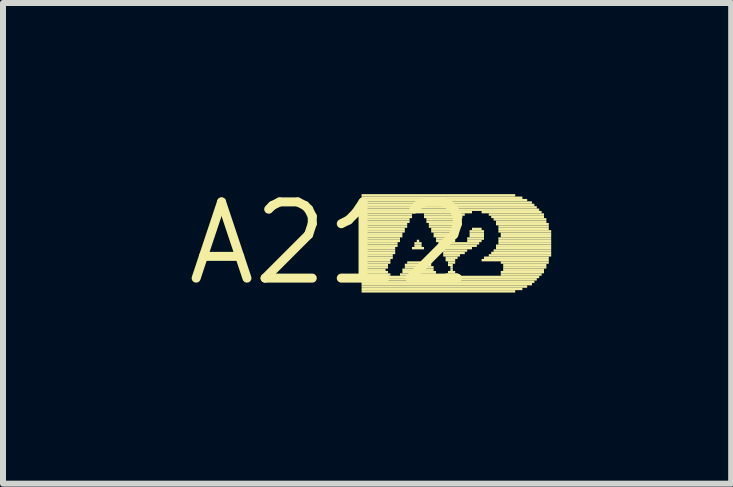
<source format=kicad_pcb>
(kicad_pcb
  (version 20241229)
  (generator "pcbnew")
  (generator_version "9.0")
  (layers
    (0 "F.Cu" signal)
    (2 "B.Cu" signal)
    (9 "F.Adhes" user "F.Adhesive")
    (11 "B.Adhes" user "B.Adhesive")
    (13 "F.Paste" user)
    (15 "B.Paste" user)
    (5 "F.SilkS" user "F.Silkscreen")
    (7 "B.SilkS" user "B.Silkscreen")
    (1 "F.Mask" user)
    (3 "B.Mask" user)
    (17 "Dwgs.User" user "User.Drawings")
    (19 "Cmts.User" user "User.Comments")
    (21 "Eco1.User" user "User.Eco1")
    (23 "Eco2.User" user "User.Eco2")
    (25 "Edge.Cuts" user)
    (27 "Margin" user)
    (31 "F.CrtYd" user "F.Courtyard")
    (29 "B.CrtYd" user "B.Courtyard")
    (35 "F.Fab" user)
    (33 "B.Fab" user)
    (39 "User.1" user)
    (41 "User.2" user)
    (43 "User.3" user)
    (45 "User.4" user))
  (footprint "A212"
    (layer "F.Cu")
    (at 2.457 1.006)
    (property "Reference" "A212" (at 0 0 0) (layer "F.SilkS") (effects (font (size 1.27 1.27) (thickness 0.15))))
    (fp_poly (pts (xy 0.52 -0.78) (xy 3.08 -0.78) (xy 3.08 -0.82) (xy 0.52 -0.82)) (stroke (width 0) (type default)) (fill yes) (layer "F.SilkS"))
    (fp_poly (pts (xy 0.52 -0.74) (xy 3.2 -0.74) (xy 3.2 -0.78) (xy 0.52 -0.78)) (stroke (width 0) (type default)) (fill yes) (layer "F.SilkS"))
    (fp_poly (pts (xy 0.52 -0.7) (xy 3.28 -0.7) (xy 3.28 -0.74) (xy 0.52 -0.74)) (stroke (width 0) (type default)) (fill yes) (layer "F.SilkS"))
    (fp_poly (pts (xy 0.52 -0.66) (xy 3.36 -0.66) (xy 3.36 -0.7) (xy 0.52 -0.7)) (stroke (width 0) (type default)) (fill yes) (layer "F.SilkS"))
    (fp_poly (pts (xy 0.52 -0.62) (xy 3.4 -0.62) (xy 3.4 -0.66) (xy 0.52 -0.66)) (stroke (width 0) (type default)) (fill yes) (layer "F.SilkS"))
    (fp_poly (pts (xy 0.52 -0.58) (xy 3.44 -0.58) (xy 3.44 -0.62) (xy 0.52 -0.62)) (stroke (width 0) (type default)) (fill yes) (layer "F.SilkS"))
    (fp_poly (pts (xy 0.52 -0.54) (xy 3.48 -0.54) (xy 3.48 -0.58) (xy 0.52 -0.58)) (stroke (width 0) (type default)) (fill yes) (layer "F.SilkS"))
    (fp_poly (pts (xy 0.52 -0.5) (xy 2.36 -0.5) (xy 2.36 -0.54) (xy 0.52 -0.54)) (stroke (width 0) (type default)) (fill yes) (layer "F.SilkS"))
    (fp_poly (pts (xy 0.52 -0.46) (xy 1.36 -0.46) (xy 1.36 -0.5) (xy 0.52 -0.5)) (stroke (width 0) (type default)) (fill yes) (layer "F.SilkS"))
    (fp_poly (pts (xy 0.52 -0.42) (xy 1.36 -0.42) (xy 1.36 -0.46) (xy 0.52 -0.46)) (stroke (width 0) (type default)) (fill yes) (layer "F.SilkS"))
    (fp_poly (pts (xy 0.52 -0.38) (xy 1.32 -0.38) (xy 1.32 -0.42) (xy 0.52 -0.42)) (stroke (width 0) (type default)) (fill yes) (layer "F.SilkS"))
    (fp_poly (pts (xy 0.52 -0.34) (xy 1.32 -0.34) (xy 1.32 -0.38) (xy 0.52 -0.38)) (stroke (width 0) (type default)) (fill yes) (layer "F.SilkS"))
    (fp_poly (pts (xy 0.52 -0.3) (xy 1.28 -0.3) (xy 1.28 -0.34) (xy 0.52 -0.34)) (stroke (width 0) (type default)) (fill yes) (layer "F.SilkS"))
    (fp_poly (pts (xy 0.52 -0.26) (xy 1.28 -0.26) (xy 1.28 -0.3) (xy 0.52 -0.3)) (stroke (width 0) (type default)) (fill yes) (layer "F.SilkS"))
    (fp_poly (pts (xy 0.52 -0.22) (xy 1.24 -0.22) (xy 1.24 -0.26) (xy 0.52 -0.26)) (stroke (width 0) (type default)) (fill yes) (layer "F.SilkS"))
    (fp_poly (pts (xy 0.52 -0.18) (xy 1.24 -0.18) (xy 1.24 -0.22) (xy 0.52 -0.22)) (stroke (width 0) (type default)) (fill yes) (layer "F.SilkS"))
    (fp_poly (pts (xy 0.52 -0.14) (xy 1.2 -0.14) (xy 1.2 -0.18) (xy 0.52 -0.18)) (stroke (width 0) (type default)) (fill yes) (layer "F.SilkS"))
    (fp_poly (pts (xy 0.52 -0.1) (xy 1.2 -0.1) (xy 1.2 -0.14) (xy 0.52 -0.14)) (stroke (width 0) (type default)) (fill yes) (layer "F.SilkS"))
    (fp_poly (pts (xy 0.52 -0.06) (xy 1.16 -0.06) (xy 1.16 -0.1) (xy 0.52 -0.1)) (stroke (width 0) (type default)) (fill yes) (layer "F.SilkS"))
    (fp_poly (pts (xy 0.52 -0.02) (xy 1.16 -0.02) (xy 1.16 -0.06) (xy 0.52 -0.06)) (stroke (width 0) (type default)) (fill yes) (layer "F.SilkS"))
    (fp_poly (pts (xy 0.52 0.02) (xy 1.12 0.02) (xy 1.12 -0.02) (xy 0.52 -0.02)) (stroke (width 0) (type default)) (fill yes) (layer "F.SilkS"))
    (fp_poly (pts (xy 0.52 0.06) (xy 1.12 0.06) (xy 1.12 0.02) (xy 0.52 0.02)) (stroke (width 0) (type default)) (fill yes) (layer "F.SilkS"))
    (fp_poly (pts (xy 0.52 0.1) (xy 1.08 0.1) (xy 1.08 0.06) (xy 0.52 0.06)) (stroke (width 0) (type default)) (fill yes) (layer "F.SilkS"))
    (fp_poly (pts (xy 0.52 0.14) (xy 1.08 0.14) (xy 1.08 0.1) (xy 0.52 0.1)) (stroke (width 0) (type default)) (fill yes) (layer "F.SilkS"))
    (fp_poly (pts (xy 0.52 0.18) (xy 1.08 0.18) (xy 1.08 0.14) (xy 0.52 0.14)) (stroke (width 0) (type default)) (fill yes) (layer "F.SilkS"))
    (fp_poly (pts (xy 0.52 0.22) (xy 1.04 0.22) (xy 1.04 0.18) (xy 0.52 0.18)) (stroke (width 0) (type default)) (fill yes) (layer "F.SilkS"))
    (fp_poly (pts (xy 0.52 0.26) (xy 1.04 0.26) (xy 1.04 0.22) (xy 0.52 0.22)) (stroke (width 0) (type default)) (fill yes) (layer "F.SilkS"))
    (fp_poly (pts (xy 0.52 0.3) (xy 1 0.3) (xy 1 0.26) (xy 0.52 0.26)) (stroke (width 0) (type default)) (fill yes) (layer "F.SilkS"))
    (fp_poly (pts (xy 0.52 0.34) (xy 1 0.34) (xy 1 0.3) (xy 0.52 0.3)) (stroke (width 0) (type default)) (fill yes) (layer "F.SilkS"))
    (fp_poly (pts (xy 0.52 0.38) (xy 0.96 0.38) (xy 0.96 0.34) (xy 0.52 0.34)) (stroke (width 0) (type default)) (fill yes) (layer "F.SilkS"))
    (fp_poly (pts (xy 0.52 0.42) (xy 0.96 0.42) (xy 0.96 0.38) (xy 0.52 0.38)) (stroke (width 0) (type default)) (fill yes) (layer "F.SilkS"))
    (fp_poly (pts (xy 0.52 0.46) (xy 0.92 0.46) (xy 0.92 0.42) (xy 0.52 0.42)) (stroke (width 0) (type default)) (fill yes) (layer "F.SilkS"))
    (fp_poly (pts (xy 0.52 0.5) (xy 0.96 0.5) (xy 0.96 0.46) (xy 0.52 0.46)) (stroke (width 0) (type default)) (fill yes) (layer "F.SilkS"))
    (fp_poly (pts (xy 0.52 0.54) (xy 1 0.54) (xy 1 0.5) (xy 0.52 0.5)) (stroke (width 0) (type default)) (fill yes) (layer "F.SilkS"))
    (fp_poly (pts (xy 0.52 0.58) (xy 3.48 0.58) (xy 3.48 0.54) (xy 0.52 0.54)) (stroke (width 0) (type default)) (fill yes) (layer "F.SilkS"))
    (fp_poly (pts (xy 0.52 0.62) (xy 3.44 0.62) (xy 3.44 0.58) (xy 0.52 0.58)) (stroke (width 0) (type default)) (fill yes) (layer "F.SilkS"))
    (fp_poly (pts (xy 0.52 0.66) (xy 3.4 0.66) (xy 3.4 0.62) (xy 0.52 0.62)) (stroke (width 0) (type default)) (fill yes) (layer "F.SilkS"))
    (fp_poly (pts (xy 0.52 0.7) (xy 3.36 0.7) (xy 3.36 0.66) (xy 0.52 0.66)) (stroke (width 0) (type default)) (fill yes) (layer "F.SilkS"))
    (fp_poly (pts (xy 0.52 0.74) (xy 3.28 0.74) (xy 3.28 0.7) (xy 0.52 0.7)) (stroke (width 0) (type default)) (fill yes) (layer "F.SilkS"))
    (fp_poly (pts (xy 0.52 0.78) (xy 3.2 0.78) (xy 3.2 0.74) (xy 0.52 0.74)) (stroke (width 0) (type default)) (fill yes) (layer "F.SilkS"))
    (fp_poly (pts (xy 0.52 0.82) (xy 3.08 0.82) (xy 3.08 0.78) (xy 0.52 0.78)) (stroke (width 0) (type default)) (fill yes) (layer "F.SilkS"))
    (fp_poly (pts (xy 1.16 0.54) (xy 1.76 0.54) (xy 1.76 0.5) (xy 1.16 0.5)) (stroke (width 0) (type default)) (fill yes) (layer "F.SilkS"))
    (fp_poly (pts (xy 1.2 0.46) (xy 1.72 0.46) (xy 1.72 0.42) (xy 1.2 0.42)) (stroke (width 0) (type default)) (fill yes) (layer "F.SilkS"))
    (fp_poly (pts (xy 1.2 0.5) (xy 1.76 0.5) (xy 1.76 0.46) (xy 1.2 0.46)) (stroke (width 0) (type default)) (fill yes) (layer "F.SilkS"))
    (fp_poly (pts (xy 1.24 0.38) (xy 1.68 0.38) (xy 1.68 0.34) (xy 1.24 0.34)) (stroke (width 0) (type default)) (fill yes) (layer "F.SilkS"))
    (fp_poly (pts (xy 1.24 0.42) (xy 1.72 0.42) (xy 1.72 0.38) (xy 1.24 0.38)) (stroke (width 0) (type default)) (fill yes) (layer "F.SilkS"))
    (fp_poly (pts (xy 1.28 0.34) (xy 1.68 0.34) (xy 1.68 0.3) (xy 1.28 0.3)) (stroke (width 0) (type default)) (fill yes) (layer "F.SilkS"))
    (fp_poly (pts (xy 1.36 0.1) (xy 1.56 0.1) (xy 1.56 0.06) (xy 1.36 0.06)) (stroke (width 0) (type default)) (fill yes) (layer "F.SilkS"))
    (fp_poly (pts (xy 1.4 0.02) (xy 1.52 0.02) (xy 1.52 -0.02) (xy 1.4 -0.02)) (stroke (width 0) (type default)) (fill yes) (layer "F.SilkS"))
    (fp_poly (pts (xy 1.4 0.06) (xy 1.52 0.06) (xy 1.52 0.02) (xy 1.4 0.02)) (stroke (width 0) (type default)) (fill yes) (layer "F.SilkS"))
    (fp_poly (pts (xy 1.44 -0.02) (xy 1.48 -0.02) (xy 1.48 -0.06) (xy 1.44 -0.06)) (stroke (width 0) (type default)) (fill yes) (layer "F.SilkS"))
    (fp_poly (pts (xy 1.56 -0.46) (xy 2.24 -0.46) (xy 2.24 -0.5) (xy 1.56 -0.5)) (stroke (width 0) (type default)) (fill yes) (layer "F.SilkS"))
    (fp_poly (pts (xy 1.56 -0.42) (xy 2.2 -0.42) (xy 2.2 -0.46) (xy 1.56 -0.46)) (stroke (width 0) (type default)) (fill yes) (layer "F.SilkS"))
    (fp_poly (pts (xy 1.6 -0.38) (xy 2.16 -0.38) (xy 2.16 -0.42) (xy 1.6 -0.42)) (stroke (width 0) (type default)) (fill yes) (layer "F.SilkS"))
    (fp_poly (pts (xy 1.6 -0.34) (xy 2.12 -0.34) (xy 2.12 -0.38) (xy 1.6 -0.38)) (stroke (width 0) (type default)) (fill yes) (layer "F.SilkS"))
    (fp_poly (pts (xy 1.64 -0.3) (xy 2.08 -0.3) (xy 2.08 -0.34) (xy 1.64 -0.34)) (stroke (width 0) (type default)) (fill yes) (layer "F.SilkS"))
    (fp_poly (pts (xy 1.64 -0.26) (xy 2.08 -0.26) (xy 2.08 -0.3) (xy 1.64 -0.3)) (stroke (width 0) (type default)) (fill yes) (layer "F.SilkS"))
    (fp_poly (pts (xy 1.68 -0.22) (xy 2.08 -0.22) (xy 2.08 -0.26) (xy 1.68 -0.26)) (stroke (width 0) (type default)) (fill yes) (layer "F.SilkS"))
    (fp_poly (pts (xy 1.68 -0.18) (xy 2.04 -0.18) (xy 2.04 -0.22) (xy 1.68 -0.22)) (stroke (width 0) (type default)) (fill yes) (layer "F.SilkS"))
    (fp_poly (pts (xy 1.72 -0.14) (xy 2.04 -0.14) (xy 2.04 -0.18) (xy 1.72 -0.18)) (stroke (width 0) (type default)) (fill yes) (layer "F.SilkS"))
    (fp_poly (pts (xy 1.72 -0.1) (xy 2.04 -0.1) (xy 2.04 -0.14) (xy 1.72 -0.14)) (stroke (width 0) (type default)) (fill yes) (layer "F.SilkS"))
    (fp_poly (pts (xy 1.76 -0.06) (xy 2.04 -0.06) (xy 2.04 -0.1) (xy 1.76 -0.1)) (stroke (width 0) (type default)) (fill yes) (layer "F.SilkS"))
    (fp_poly (pts (xy 1.76 -0.02) (xy 2.08 -0.02) (xy 2.08 -0.06) (xy 1.76 -0.06)) (stroke (width 0) (type default)) (fill yes) (layer "F.SilkS"))
    (fp_poly (pts (xy 1.8 0.02) (xy 2.48 0.02) (xy 2.48 -0.02) (xy 1.8 -0.02)) (stroke (width 0) (type default)) (fill yes) (layer "F.SilkS"))
    (fp_poly (pts (xy 1.8 0.06) (xy 2.44 0.06) (xy 2.44 0.02) (xy 1.8 0.02)) (stroke (width 0) (type default)) (fill yes) (layer "F.SilkS"))
    (fp_poly (pts (xy 1.84 0.1) (xy 2.36 0.1) (xy 2.36 0.06) (xy 1.84 0.06)) (stroke (width 0) (type default)) (fill yes) (layer "F.SilkS"))
    (fp_poly (pts (xy 1.84 0.14) (xy 2.28 0.14) (xy 2.28 0.1) (xy 1.84 0.1)) (stroke (width 0) (type default)) (fill yes) (layer "F.SilkS"))
    (fp_poly (pts (xy 1.88 0.18) (xy 2.24 0.18) (xy 2.24 0.14) (xy 1.88 0.14)) (stroke (width 0) (type default)) (fill yes) (layer "F.SilkS"))
    (fp_poly (pts (xy 1.88 0.22) (xy 2.16 0.22) (xy 2.16 0.18) (xy 1.88 0.18)) (stroke (width 0) (type default)) (fill yes) (layer "F.SilkS"))
    (fp_poly (pts (xy 1.92 0.26) (xy 2.12 0.26) (xy 2.12 0.22) (xy 1.92 0.22)) (stroke (width 0) (type default)) (fill yes) (layer "F.SilkS"))
    (fp_poly (pts (xy 1.92 0.3) (xy 2.08 0.3) (xy 2.08 0.26) (xy 1.92 0.26)) (stroke (width 0) (type default)) (fill yes) (layer "F.SilkS"))
    (fp_poly (pts (xy 1.92 0.54) (xy 2.12 0.54) (xy 2.12 0.5) (xy 1.92 0.5)) (stroke (width 0) (type default)) (fill yes) (layer "F.SilkS"))
    (fp_poly (pts (xy 1.96 0.34) (xy 2.08 0.34) (xy 2.08 0.3) (xy 1.96 0.3)) (stroke (width 0) (type default)) (fill yes) (layer "F.SilkS"))
    (fp_poly (pts (xy 1.96 0.38) (xy 2.04 0.38) (xy 2.04 0.34) (xy 1.96 0.34)) (stroke (width 0) (type default)) (fill yes) (layer "F.SilkS"))
    (fp_poly (pts (xy 1.96 0.5) (xy 2.08 0.5) (xy 2.08 0.46) (xy 1.96 0.46)) (stroke (width 0) (type default)) (fill yes) (layer "F.SilkS"))
    (fp_poly (pts (xy 2 0.42) (xy 2.04 0.42) (xy 2.04 0.38) (xy 2 0.38)) (stroke (width 0) (type default)) (fill yes) (layer "F.SilkS"))
    (fp_poly (pts (xy 2 0.46) (xy 2.04 0.46) (xy 2.04 0.42) (xy 2 0.42)) (stroke (width 0) (type default)) (fill yes) (layer "F.SilkS"))
    (fp_poly (pts (xy 2.28 -0.06) (xy 2.56 -0.06) (xy 2.56 -0.1) (xy 2.28 -0.1)) (stroke (width 0) (type default)) (fill yes) (layer "F.SilkS"))
    (fp_poly (pts (xy 2.28 -0.02) (xy 2.52 -0.02) (xy 2.52 -0.06) (xy 2.28 -0.06)) (stroke (width 0) (type default)) (fill yes) (layer "F.SilkS"))
    (fp_poly (pts (xy 2.32 -0.18) (xy 2.56 -0.18) (xy 2.56 -0.22) (xy 2.32 -0.22)) (stroke (width 0) (type default)) (fill yes) (layer "F.SilkS"))
    (fp_poly (pts (xy 2.32 -0.14) (xy 2.56 -0.14) (xy 2.56 -0.18) (xy 2.32 -0.18)) (stroke (width 0) (type default)) (fill yes) (layer "F.SilkS"))
    (fp_poly (pts (xy 2.32 -0.1) (xy 2.56 -0.1) (xy 2.56 -0.14) (xy 2.32 -0.14)) (stroke (width 0) (type default)) (fill yes) (layer "F.SilkS"))
    (fp_poly (pts (xy 2.36 -0.22) (xy 2.52 -0.22) (xy 2.52 -0.26) (xy 2.36 -0.26)) (stroke (width 0) (type default)) (fill yes) (layer "F.SilkS"))
    (fp_poly (pts (xy 2.52 -0.5) (xy 3.52 -0.5) (xy 3.52 -0.54) (xy 2.52 -0.54)) (stroke (width 0) (type default)) (fill yes) (layer "F.SilkS"))
    (fp_poly (pts (xy 2.52 0.3) (xy 3.64 0.3) (xy 3.64 0.26) (xy 2.52 0.26)) (stroke (width 0) (type default)) (fill yes) (layer "F.SilkS"))
    (fp_poly (pts (xy 2.56 0.26) (xy 3.64 0.26) (xy 3.64 0.22) (xy 2.56 0.22)) (stroke (width 0) (type default)) (fill yes) (layer "F.SilkS"))
    (fp_poly (pts (xy 2.64 -0.46) (xy 3.56 -0.46) (xy 3.56 -0.5) (xy 2.64 -0.5)) (stroke (width 0) (type default)) (fill yes) (layer "F.SilkS"))
    (fp_poly (pts (xy 2.64 0.22) (xy 3.68 0.22) (xy 3.68 0.18) (xy 2.64 0.18)) (stroke (width 0) (type default)) (fill yes) (layer "F.SilkS"))
    (fp_poly (pts (xy 2.68 -0.42) (xy 3.56 -0.42) (xy 3.56 -0.46) (xy 2.68 -0.46)) (stroke (width 0) (type default)) (fill yes) (layer "F.SilkS"))
    (fp_poly (pts (xy 2.68 0.18) (xy 3.68 0.18) (xy 3.68 0.14) (xy 2.68 0.14)) (stroke (width 0) (type default)) (fill yes) (layer "F.SilkS"))
    (fp_poly (pts (xy 2.72 -0.38) (xy 3.6 -0.38) (xy 3.6 -0.42) (xy 2.72 -0.42)) (stroke (width 0) (type default)) (fill yes) (layer "F.SilkS"))
    (fp_poly (pts (xy 2.72 0.14) (xy 3.68 0.14) (xy 3.68 0.1) (xy 2.72 0.1)) (stroke (width 0) (type default)) (fill yes) (layer "F.SilkS"))
    (fp_poly (pts (xy 2.76 -0.34) (xy 3.6 -0.34) (xy 3.6 -0.38) (xy 2.76 -0.38)) (stroke (width 0) (type default)) (fill yes) (layer "F.SilkS"))
    (fp_poly (pts (xy 2.76 -0.3) (xy 3.64 -0.3) (xy 3.64 -0.34) (xy 2.76 -0.34)) (stroke (width 0) (type default)) (fill yes) (layer "F.SilkS"))
    (fp_poly (pts (xy 2.76 0.06) (xy 3.68 0.06) (xy 3.68 0.02) (xy 2.76 0.02)) (stroke (width 0) (type default)) (fill yes) (layer "F.SilkS"))
    (fp_poly (pts (xy 2.76 0.1) (xy 3.68 0.1) (xy 3.68 0.06) (xy 2.76 0.06)) (stroke (width 0) (type default)) (fill yes) (layer "F.SilkS"))
    (fp_poly (pts (xy 2.8 -0.26) (xy 3.64 -0.26) (xy 3.64 -0.3) (xy 2.8 -0.3)) (stroke (width 0) (type default)) (fill yes) (layer "F.SilkS"))
    (fp_poly (pts (xy 2.8 -0.22) (xy 3.64 -0.22) (xy 3.64 -0.26) (xy 2.8 -0.26)) (stroke (width 0) (type default)) (fill yes) (layer "F.SilkS"))
    (fp_poly (pts (xy 2.8 -0.18) (xy 3.68 -0.18) (xy 3.68 -0.22) (xy 2.8 -0.22)) (stroke (width 0) (type default)) (fill yes) (layer "F.SilkS"))
    (fp_poly (pts (xy 2.8 -0.06) (xy 3.68 -0.06) (xy 3.68 -0.1) (xy 2.8 -0.1)) (stroke (width 0) (type default)) (fill yes) (layer "F.SilkS"))
    (fp_poly (pts (xy 2.8 -0.02) (xy 3.68 -0.02) (xy 3.68 -0.06) (xy 2.8 -0.06)) (stroke (width 0) (type default)) (fill yes) (layer "F.SilkS"))
    (fp_poly (pts (xy 2.8 0.02) (xy 3.68 0.02) (xy 3.68 -0.02) (xy 2.8 -0.02)) (stroke (width 0) (type default)) (fill yes) (layer "F.SilkS"))
    (fp_poly (pts (xy 2.84 -0.14) (xy 3.68 -0.14) (xy 3.68 -0.18) (xy 2.84 -0.18)) (stroke (width 0) (type default)) (fill yes) (layer "F.SilkS"))
    (fp_poly (pts (xy 2.84 -0.1) (xy 3.68 -0.1) (xy 3.68 -0.14) (xy 2.84 -0.14)) (stroke (width 0) (type default)) (fill yes) (layer "F.SilkS"))
    (fp_poly (pts (xy 2.84 0.34) (xy 3.64 0.34) (xy 3.64 0.3) (xy 2.84 0.3)) (stroke (width 0) (type default)) (fill yes) (layer "F.SilkS"))
    (fp_poly (pts (xy 2.84 0.5) (xy 3.56 0.5) (xy 3.56 0.46) (xy 2.84 0.46)) (stroke (width 0) (type default)) (fill yes) (layer "F.SilkS"))
    (fp_poly (pts (xy 2.84 0.54) (xy 3.52 0.54) (xy 3.52 0.5) (xy 2.84 0.5)) (stroke (width 0) (type default)) (fill yes) (layer "F.SilkS"))
    (fp_poly (pts (xy 2.88 0.38) (xy 3.6 0.38) (xy 3.6 0.34) (xy 2.88 0.34)) (stroke (width 0) (type default)) (fill yes) (layer "F.SilkS"))
    (fp_poly (pts (xy 2.88 0.42) (xy 3.6 0.42) (xy 3.6 0.38) (xy 2.88 0.38)) (stroke (width 0) (type default)) (fill yes) (layer "F.SilkS"))
    (fp_poly (pts (xy 2.88 0.46) (xy 3.56 0.46) (xy 3.56 0.42) (xy 2.88 0.42)) (stroke (width 0) (type default)) (fill yes) (layer "F.SilkS")))
  (gr_rect
    (start -3 -3)
    (end 9.137 5.012)
    (stroke (width 0.1) (type default))
    (fill no)
    (layer "Edge.Cuts")))
</source>
